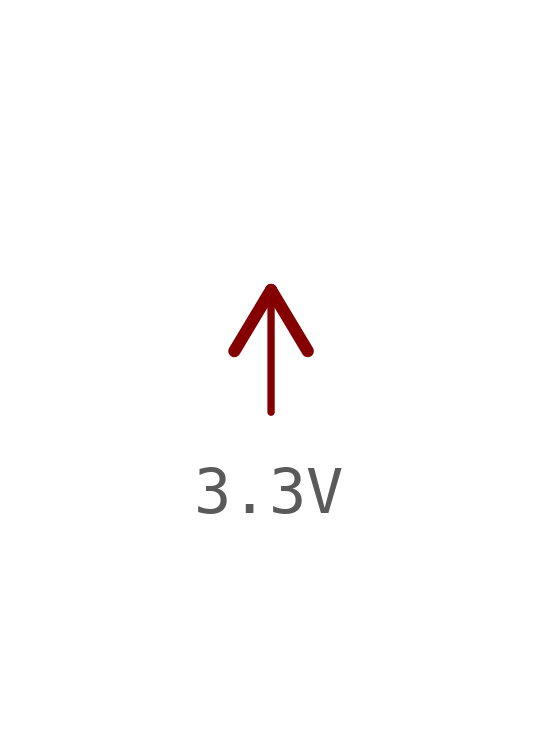
<source format=kicad_sym>
(kicad_symbol_lib
  (version 20231120)
  (generator "kicad_symbol_editor")
  (generator_version "8.0")
  (symbol "3.3V"
    (power)
    (property "Reference" "#SUPPLY"
      (at 0 0 0)
      (effects (font (size 1.27 1.27)) (hide yes)))
    (property "Value" ""
      (at -1.016 3.556 0)
      (effects (font (size 1.778 1.511)) (justify left bottom)))
    (property "ki_locked" ""
      (at 0 0 0)
      (effects (font (size 1.27 1.27))))
    (symbol "3.3V_1_0"
      (polyline (pts (xy 0 2.54) (xy -0.762 1.27)) (stroke (width 0.254) (type solid)) (fill (type none)))
      (polyline (pts (xy 0.762 1.27) (xy 0 2.54)) (stroke (width 0.254) (type solid)) (fill (type none)))
      (pin power_in line (at 0 0 90) (length 2.54) (name "3.3V" (effects (font (size 0 0)))) (number "1" (effects (font (size 0 0))))))))
</source>
